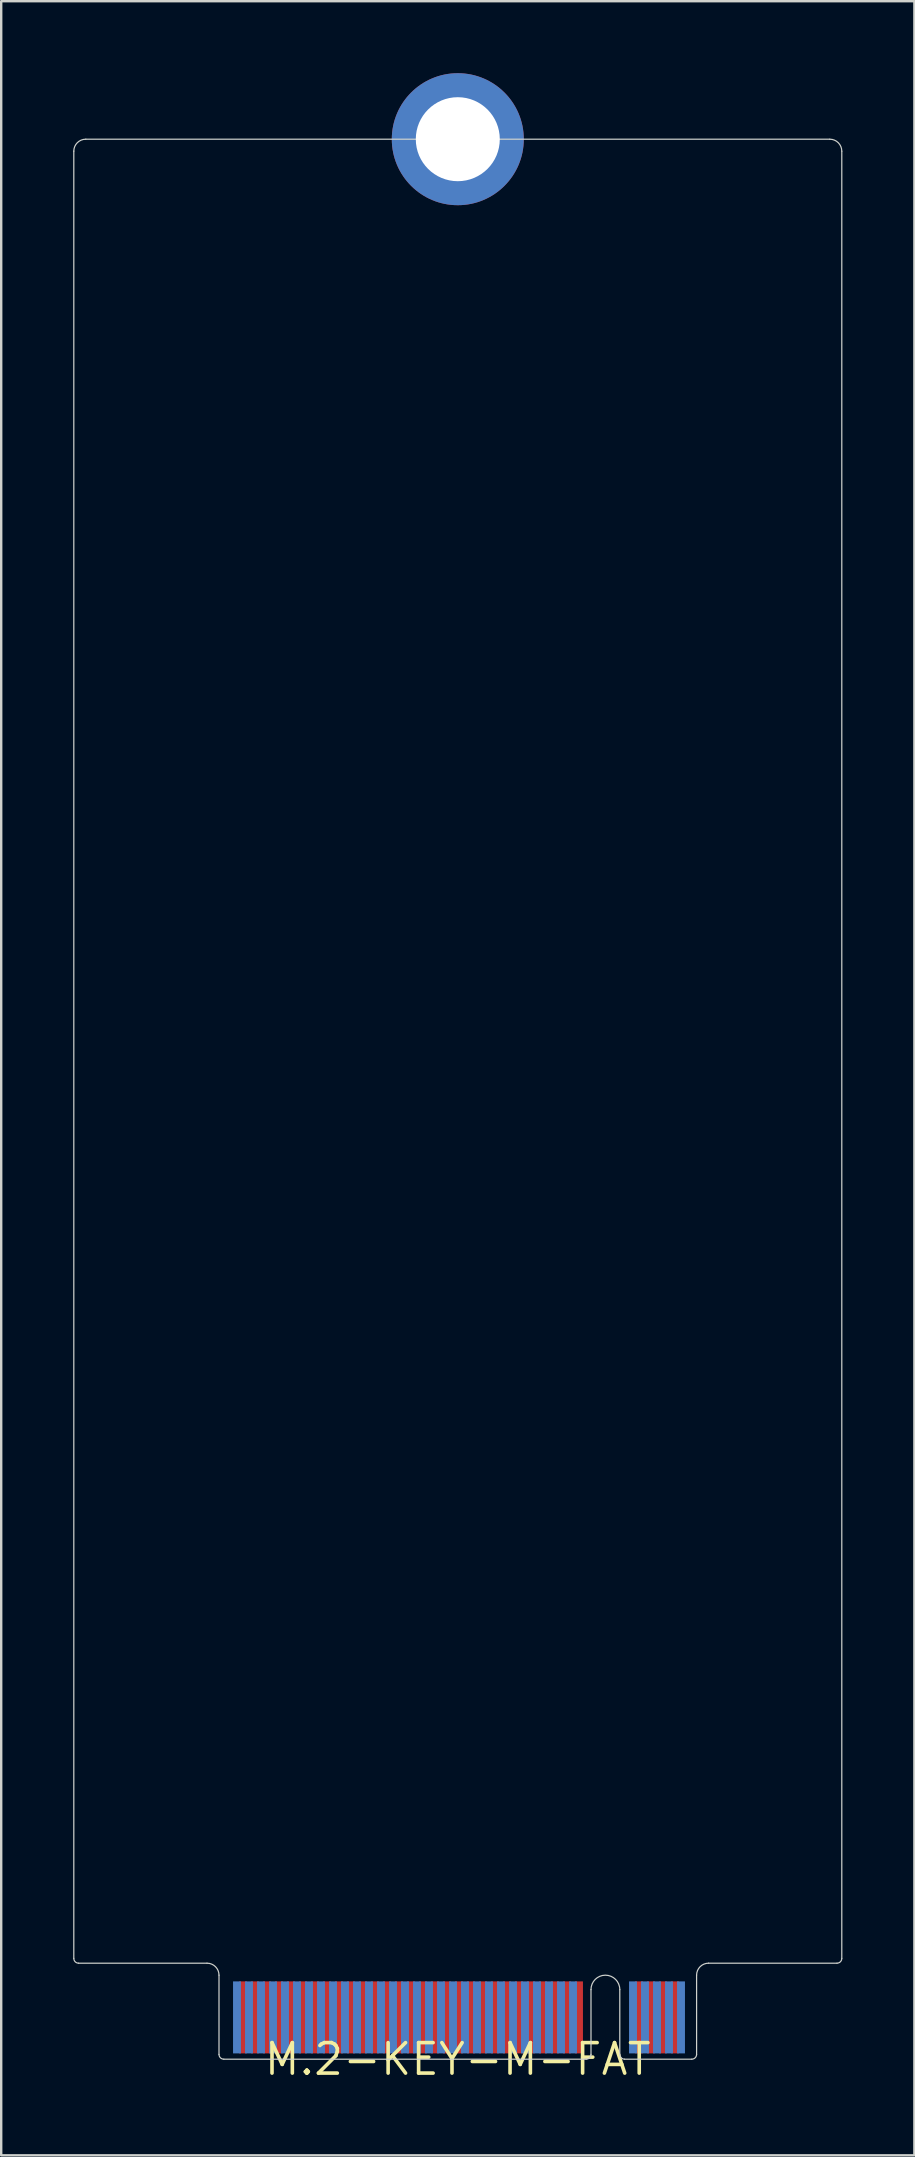
<source format=kicad_pcb>
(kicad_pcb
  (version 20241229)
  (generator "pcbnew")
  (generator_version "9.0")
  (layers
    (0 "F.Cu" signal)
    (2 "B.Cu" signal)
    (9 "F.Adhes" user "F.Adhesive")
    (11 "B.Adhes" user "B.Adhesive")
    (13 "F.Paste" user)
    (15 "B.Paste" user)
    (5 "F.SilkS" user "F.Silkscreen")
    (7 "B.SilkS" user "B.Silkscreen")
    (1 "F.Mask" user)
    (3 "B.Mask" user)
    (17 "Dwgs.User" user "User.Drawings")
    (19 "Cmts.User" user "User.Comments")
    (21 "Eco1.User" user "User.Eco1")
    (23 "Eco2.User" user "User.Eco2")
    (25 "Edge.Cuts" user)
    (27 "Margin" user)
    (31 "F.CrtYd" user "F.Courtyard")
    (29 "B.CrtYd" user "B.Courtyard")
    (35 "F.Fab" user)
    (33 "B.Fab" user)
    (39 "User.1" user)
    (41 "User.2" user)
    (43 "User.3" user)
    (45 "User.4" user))
  (footprint "M.2-KEY-M-FAT"
    (layer "F.Cu")
    (at 16.025 82.75)
    (property "Reference" "M.2-KEY-M-FAT" (at 0 0 0) (layer "F.SilkS") (effects (font (size 1.27 1.27) (thickness 0.15))))
    (attr through_hole)
    (fp_line (start -16 -79.5) (end -16 -4.2) (stroke (width 0.05) (type solid)) (layer "Edge.Cuts"))
    (fp_line (start -15.8 -4) (end -10.45 -4) (stroke (width 0.05) (type solid)) (layer "Edge.Cuts"))
    (fp_line (start -9.95 -3.5) (end -9.95 -0.2) (stroke (width 0.05) (type solid)) (layer "Edge.Cuts"))
    (fp_line (start 5.35 0) (end -9.75 0) (stroke (width 0.05) (type solid)) (layer "Edge.Cuts"))
    (fp_line (start 5.55 -0.2) (end 5.55 -2.9) (stroke (width 0.05) (type solid)) (layer "Edge.Cuts"))
    (fp_line (start 6.75 -0.2) (end 6.75 -2.9) (stroke (width 0.05) (type solid)) (layer "Edge.Cuts"))
    (fp_line (start 6.95 0) (end 9.75 0) (stroke (width 0.05) (type solid)) (layer "Edge.Cuts"))
    (fp_line (start 9.95 -0.2) (end 9.95 -3.5) (stroke (width 0.05) (type solid)) (layer "Edge.Cuts"))
    (fp_line (start 10.45 -4) (end 15.8 -4) (stroke (width 0.05) (type solid)) (layer "Edge.Cuts"))
    (fp_line (start 15.5 -80) (end -15.5 -80) (stroke (width 0.05) (type solid)) (layer "Edge.Cuts"))
    (fp_line (start 16 -4.2) (end 16 -79.5) (stroke (width 0.05) (type solid)) (layer "Edge.Cuts"))
    (fp_arc (start -16 -79.5) (mid -15.853553 -79.853553) (end -15.5 -80) (stroke (width 0.05) (type solid)) (layer "Edge.Cuts"))
    (fp_arc (start -15.8 -4) (mid -15.941421 -4.058579) (end -16 -4.2) (stroke (width 0.05) (type solid)) (layer "Edge.Cuts"))
    (fp_arc (start -10.45 -4) (mid -10.096447 -3.853553) (end -9.95 -3.5) (stroke (width 0.05) (type solid)) (layer "Edge.Cuts"))
    (fp_arc (start -9.75 0) (mid -9.891421 -0.058579) (end -9.95 -0.2) (stroke (width 0.05) (type solid)) (layer "Edge.Cuts"))
    (fp_arc (start 5.55 -2.9) (mid 6.15 -3.5) (end 6.75 -2.9) (stroke (width 0.05) (type solid)) (layer "Edge.Cuts"))
    (fp_arc (start 5.55 -0.2) (mid 5.491421 -0.058579) (end 5.35 0) (stroke (width 0.05) (type solid)) (layer "Edge.Cuts"))
    (fp_arc (start 6.95 0) (mid 6.808579 -0.058579) (end 6.75 -0.2) (stroke (width 0.05) (type solid)) (layer "Edge.Cuts"))
    (fp_arc (start 9.95 -3.5) (mid 10.096447 -3.853553) (end 10.45 -4) (stroke (width 0.05) (type solid)) (layer "Edge.Cuts"))
    (fp_arc (start 9.95 -0.2) (mid 9.891421 -0.058579) (end 9.75 0) (stroke (width 0.05) (type solid)) (layer "Edge.Cuts"))
    (fp_arc (start 15.5 -80) (mid 15.853553 -79.853553) (end 16 -79.5) (stroke (width 0.05) (type solid)) (layer "Edge.Cuts"))
    (fp_arc (start 16 -4.2) (mid 15.941421 -4.058579) (end 15.8 -4) (stroke (width 0.05) (type solid)) (layer "Edge.Cuts"))
    (pad "1" smd rect (at -9.2 -1.741) (size 0.33 3) (layers "B.Cu" "B.Mask" "B.Paste"))
    (pad "2" smd rect (at -8.95 -1.741) (size 0.33 3) (layers "F.Cu" "F.Mask" "F.Paste"))
    (pad "3" smd rect (at -8.7 -1.741) (size 0.33 3) (layers "B.Cu" "B.Mask" "B.Paste"))
    (pad "4" smd rect (at -8.45 -1.741) (size 0.33 3) (layers "F.Cu" "F.Mask" "F.Paste"))
    (pad "5" smd rect (at -8.2 -1.741) (size 0.33 3) (layers "B.Cu" "B.Mask" "B.Paste"))
    (pad "6" smd rect (at -7.95 -1.741) (size 0.33 3) (layers "F.Cu" "F.Mask" "F.Paste"))
    (pad "7" smd rect (at -7.7 -1.741) (size 0.33 3) (layers "B.Cu" "B.Mask" "B.Paste"))
    (pad "8" smd rect (at -7.45 -1.741) (size 0.33 3) (layers "F.Cu" "F.Mask" "F.Paste"))
    (pad "9" smd rect (at -7.2 -1.741) (size 0.33 3) (layers "B.Cu" "B.Mask" "B.Paste"))
    (pad "10" smd rect (at -6.95 -1.741) (size 0.33 3) (layers "F.Cu" "F.Mask" "F.Paste"))
    (pad "11" smd rect (at -6.7 -1.741) (size 0.33 3) (layers "B.Cu" "B.Mask" "B.Paste"))
    (pad "12" smd rect (at -6.45 -1.741) (size 0.33 3) (layers "F.Cu" "F.Mask" "F.Paste"))
    (pad "13" smd rect (at -6.2 -1.741) (size 0.33 3) (layers "B.Cu" "B.Mask" "B.Paste"))
    (pad "14" smd rect (at -5.95 -1.741) (size 0.33 3) (layers "F.Cu" "F.Mask" "F.Paste"))
    (pad "15" smd rect (at -5.7 -1.741) (size 0.33 3) (layers "B.Cu" "B.Mask" "B.Paste"))
    (pad "16" smd rect (at -5.45 -1.741) (size 0.33 3) (layers "F.Cu" "F.Mask" "F.Paste"))
    (pad "17" smd rect (at -5.2 -1.741) (size 0.33 3) (layers "B.Cu" "B.Mask" "B.Paste"))
    (pad "18" smd rect (at -4.95 -1.741) (size 0.33 3) (layers "F.Cu" "F.Mask" "F.Paste"))
    (pad "19" smd rect (at -4.7 -1.741) (size 0.33 3) (layers "B.Cu" "B.Mask" "B.Paste"))
    (pad "20" smd rect (at -4.45 -1.741) (size 0.33 3) (layers "F.Cu" "F.Mask" "F.Paste"))
    (pad "21" smd rect (at -4.2 -1.741) (size 0.33 3) (layers "B.Cu" "B.Mask" "B.Paste"))
    (pad "22" smd rect (at -3.95 -1.741) (size 0.33 3) (layers "F.Cu" "F.Mask" "F.Paste"))
    (pad "23" smd rect (at -3.7 -1.741) (size 0.33 3) (layers "B.Cu" "B.Mask" "B.Paste"))
    (pad "24" smd rect (at -3.45 -1.741) (size 0.33 3) (layers "F.Cu" "F.Mask" "F.Paste"))
    (pad "25" smd rect (at -3.2 -1.741) (size 0.33 3) (layers "B.Cu" "B.Mask" "B.Paste"))
    (pad "26" smd rect (at -2.95 -1.741) (size 0.33 3) (layers "F.Cu" "F.Mask" "F.Paste"))
    (pad "27" smd rect (at -2.7 -1.741) (size 0.33 3) (layers "B.Cu" "B.Mask" "B.Paste"))
    (pad "28" smd rect (at -2.45 -1.741) (size 0.33 3) (layers "F.Cu" "F.Mask" "F.Paste"))
    (pad "29" smd rect (at -2.2 -1.741) (size 0.33 3) (layers "B.Cu" "B.Mask" "B.Paste"))
    (pad "30" smd rect (at -1.95 -1.741) (size 0.33 3) (layers "F.Cu" "F.Mask" "F.Paste"))
    (pad "31" smd rect (at -1.7 -1.741) (size 0.33 3) (layers "B.Cu" "B.Mask" "B.Paste"))
    (pad "32" smd rect (at -1.45 -1.741) (size 0.33 3) (layers "F.Cu" "F.Mask" "F.Paste"))
    (pad "33" smd rect (at -1.2 -1.741) (size 0.33 3) (layers "B.Cu" "B.Mask" "B.Paste"))
    (pad "34" smd rect (at -0.95 -1.741) (size 0.33 3) (layers "F.Cu" "F.Mask" "F.Paste"))
    (pad "35" smd rect (at -0.7 -1.741) (size 0.33 3) (layers "B.Cu" "B.Mask" "B.Paste"))
    (pad "36" smd rect (at -0.45 -1.741) (size 0.33 3) (layers "F.Cu" "F.Mask" "F.Paste"))
    (pad "37" smd rect (at -0.2 -1.741) (size 0.33 3) (layers "B.Cu" "B.Mask" "B.Paste"))
    (pad "38" smd rect (at 0.05 -1.741) (size 0.33 3) (layers "F.Cu" "F.Mask" "F.Paste"))
    (pad "39" smd rect (at 0.3 -1.741) (size 0.33 3) (layers "B.Cu" "B.Mask" "B.Paste"))
    (pad "40" smd rect (at 0.55 -1.741) (size 0.33 3) (layers "F.Cu" "F.Mask" "F.Paste"))
    (pad "41" smd rect (at 0.8 -1.741) (size 0.33 3) (layers "B.Cu" "B.Mask" "B.Paste"))
    (pad "42" smd rect (at 1.05 -1.741) (size 0.33 3) (layers "F.Cu" "F.Mask" "F.Paste"))
    (pad "43" smd rect (at 1.3 -1.741) (size 0.33 3) (layers "B.Cu" "B.Mask" "B.Paste"))
    (pad "44" smd rect (at 1.55 -1.741) (size 0.33 3) (layers "F.Cu" "F.Mask" "F.Paste"))
    (pad "45" smd rect (at 1.8 -1.741) (size 0.33 3) (layers "B.Cu" "B.Mask" "B.Paste"))
    (pad "46" smd rect (at 2.05 -1.741) (size 0.33 3) (layers "F.Cu" "F.Mask" "F.Paste"))
    (pad "47" smd rect (at 2.3 -1.741) (size 0.33 3) (layers "B.Cu" "B.Mask" "B.Paste"))
    (pad "48" smd rect (at 2.55 -1.741) (size 0.33 3) (layers "F.Cu" "F.Mask" "F.Paste"))
    (pad "49" smd rect (at 2.8 -1.741) (size 0.33 3) (layers "B.Cu" "B.Mask" "B.Paste"))
    (pad "50" smd rect (at 3.05 -1.741) (size 0.33 3) (layers "F.Cu" "F.Mask" "F.Paste"))
    (pad "51" smd rect (at 3.3 -1.741) (size 0.33 3) (layers "B.Cu" "B.Mask" "B.Paste"))
    (pad "52" smd rect (at 3.55 -1.741) (size 0.33 3) (layers "F.Cu" "F.Mask" "F.Paste"))
    (pad "53" smd rect (at 3.8 -1.741) (size 0.33 3) (layers "B.Cu" "B.Mask" "B.Paste"))
    (pad "54" smd rect (at 4.05 -1.741) (size 0.33 3) (layers "F.Cu" "F.Mask" "F.Paste"))
    (pad "55" smd rect (at 4.3 -1.741) (size 0.33 3) (layers "B.Cu" "B.Mask" "B.Paste"))
    (pad "56" smd rect (at 4.55 -1.741) (size 0.33 3) (layers "F.Cu" "F.Mask" "F.Paste"))
    (pad "57" smd rect (at 4.8 -1.741) (size 0.33 3) (layers "B.Cu" "B.Mask" "B.Paste"))
    (pad "58" smd rect (at 5.05 -1.741) (size 0.33 3) (layers "F.Cu" "F.Mask" "F.Paste"))
    (pad "67" smd rect (at 7.3 -1.741) (size 0.33 3) (layers "B.Cu" "B.Mask" "B.Paste"))
    (pad "68" smd rect (at 7.55 -1.741) (size 0.33 3) (layers "F.Cu" "F.Mask" "F.Paste"))
    (pad "69" smd rect (at 7.8 -1.741) (size 0.33 3) (layers "B.Cu" "B.Mask" "B.Paste"))
    (pad "70" smd rect (at 8.05 -1.741) (size 0.33 3) (layers "F.Cu" "F.Mask" "F.Paste"))
    (pad "71" smd rect (at 8.3 -1.741) (size 0.33 3) (layers "B.Cu" "B.Mask" "B.Paste"))
    (pad "72" smd rect (at 8.55 -1.741) (size 0.33 3) (layers "F.Cu" "F.Mask" "F.Paste"))
    (pad "73" smd rect (at 8.8 -1.741) (size 0.33 3) (layers "B.Cu" "B.Mask" "B.Paste"))
    (pad "74" smd rect (at 9.05 -1.741) (size 0.33 3) (layers "F.Cu" "F.Mask" "F.Paste"))
    (pad "75" smd rect (at 9.3 -1.741) (size 0.33 3) (layers "B.Cu" "B.Mask" "B.Paste"))
    (pad "MH" thru_hole circle (at 0 -80) (size 5.5 5.5) (drill 3.5) (layers "*.Cu" "*.Mask")))
  (gr_rect
    (start -3 -3)
    (end 35.05 86.756)
    (stroke (width 0.1) (type default))
    (fill no)
    (layer "Edge.Cuts")))
</source>
